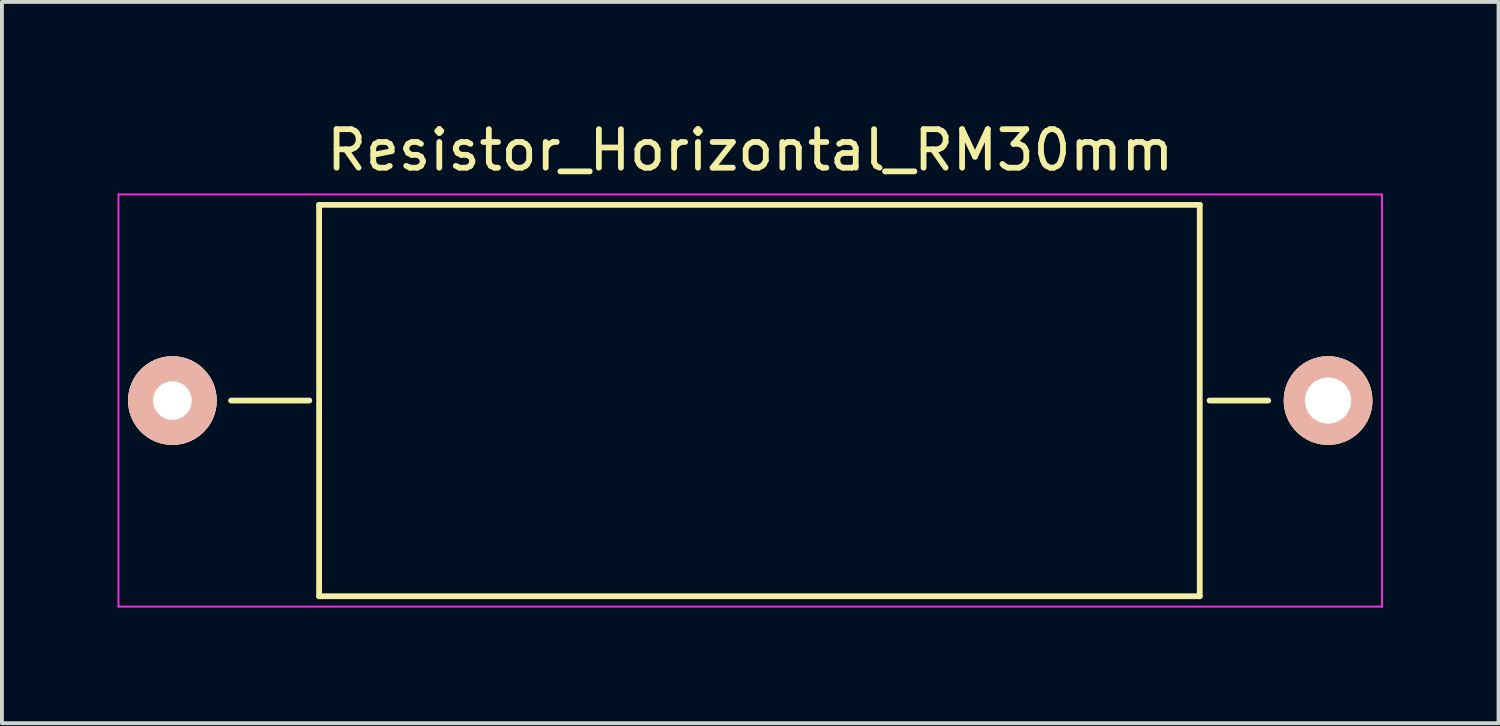
<source format=kicad_pcb>
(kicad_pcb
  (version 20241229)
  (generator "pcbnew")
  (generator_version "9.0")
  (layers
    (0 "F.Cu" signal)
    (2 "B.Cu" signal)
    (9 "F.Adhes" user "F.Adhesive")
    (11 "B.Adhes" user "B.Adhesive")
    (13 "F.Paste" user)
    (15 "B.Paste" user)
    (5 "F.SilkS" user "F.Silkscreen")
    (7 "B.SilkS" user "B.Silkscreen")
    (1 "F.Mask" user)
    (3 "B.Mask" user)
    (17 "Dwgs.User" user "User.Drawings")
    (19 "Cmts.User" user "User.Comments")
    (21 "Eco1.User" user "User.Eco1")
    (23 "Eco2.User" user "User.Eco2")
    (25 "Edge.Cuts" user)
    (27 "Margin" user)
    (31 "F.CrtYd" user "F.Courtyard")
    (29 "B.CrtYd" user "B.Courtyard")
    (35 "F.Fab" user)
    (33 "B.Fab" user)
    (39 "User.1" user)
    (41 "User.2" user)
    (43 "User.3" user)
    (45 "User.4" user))
  (footprint "Resistor_Horizontal_RM30mm"
    (layer "F.Cu")
    (at 1.425 7.348)
    (property "Reference" "Resistor_Horizontal_RM30mm" (at 15 -6.5 0) (layer "F.SilkS") (effects (font (size 1 1) (thickness 0.15))))
    (attr through_hole)
    (fp_line (start 3.555 0) (end 1.523 0) (stroke (width 0.15) (type solid)) (layer "F.SilkS"))
    (fp_line (start 3.809 -5.08) (end 26.669 -5.08) (stroke (width 0.15) (type solid)) (layer "F.SilkS"))
    (fp_line (start 3.809 5.08) (end 3.809 -5.08) (stroke (width 0.15) (type solid)) (layer "F.SilkS"))
    (fp_line (start 26.669 -5.08) (end 26.669 5.08) (stroke (width 0.15) (type solid)) (layer "F.SilkS"))
    (fp_line (start 26.669 5.08) (end 3.809 5.08) (stroke (width 0.15) (type solid)) (layer "F.SilkS"))
    (fp_line (start 26.923 0) (end 28.447 0) (stroke (width 0.15) (type solid)) (layer "F.SilkS"))
    (fp_line (start -1.4 -5.35) (end 31.4 -5.35) (stroke (width 0.05) (type solid)) (layer "F.CrtYd"))
    (fp_line (start -1.4 5.35) (end -1.4 -5.35) (stroke (width 0.05) (type solid)) (layer "F.CrtYd"))
    (fp_line (start 31.4 -5.35) (end 31.4 5.35) (stroke (width 0.05) (type solid)) (layer "F.CrtYd"))
    (fp_line (start 31.4 5.35) (end -1.4 5.35) (stroke (width 0.05) (type solid)) (layer "F.CrtYd"))
    (pad "1" thru_hole circle (at 0 0) (size 2.301 2.301) (drill 1.001) (layers "*.Cu" "*.SilkS" "*.Mask"))
    (pad "2" thru_hole circle (at 30 0) (size 2.301 2.301) (drill 1.199) (layers "*.Cu" "*.SilkS" "*.Mask")))
  (gr_rect
    (start -3 -3)
    (end 35.85 15.723)
    (stroke (width 0.1) (type default))
    (fill no)
    (layer "Edge.Cuts")))
</source>
